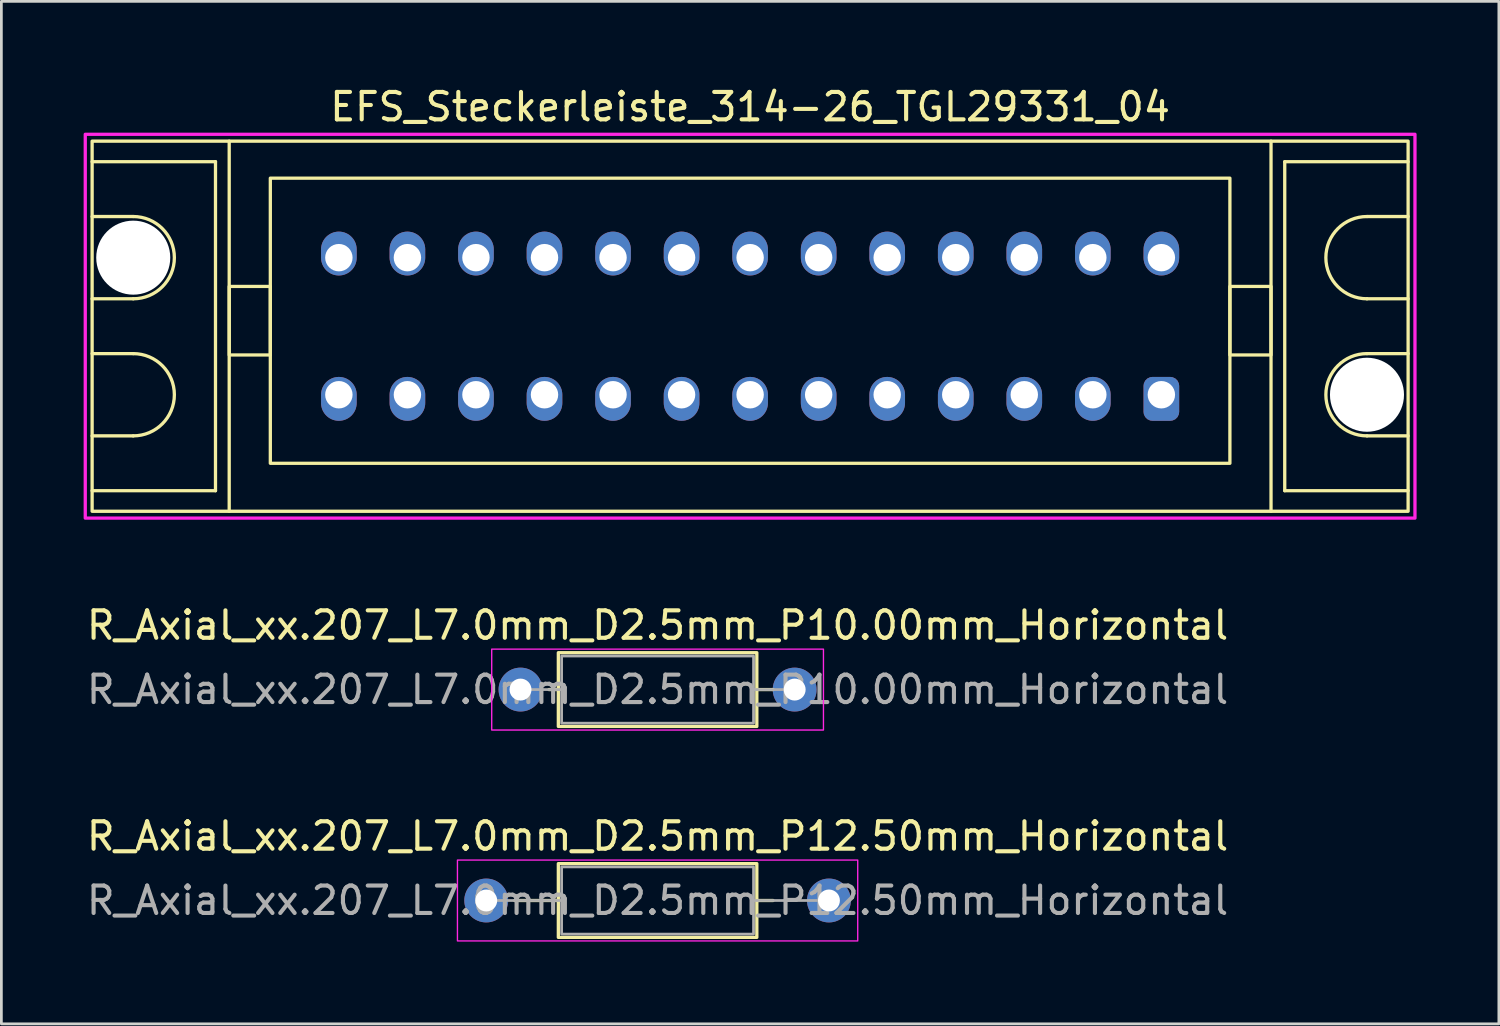
<source format=kicad_pcb>
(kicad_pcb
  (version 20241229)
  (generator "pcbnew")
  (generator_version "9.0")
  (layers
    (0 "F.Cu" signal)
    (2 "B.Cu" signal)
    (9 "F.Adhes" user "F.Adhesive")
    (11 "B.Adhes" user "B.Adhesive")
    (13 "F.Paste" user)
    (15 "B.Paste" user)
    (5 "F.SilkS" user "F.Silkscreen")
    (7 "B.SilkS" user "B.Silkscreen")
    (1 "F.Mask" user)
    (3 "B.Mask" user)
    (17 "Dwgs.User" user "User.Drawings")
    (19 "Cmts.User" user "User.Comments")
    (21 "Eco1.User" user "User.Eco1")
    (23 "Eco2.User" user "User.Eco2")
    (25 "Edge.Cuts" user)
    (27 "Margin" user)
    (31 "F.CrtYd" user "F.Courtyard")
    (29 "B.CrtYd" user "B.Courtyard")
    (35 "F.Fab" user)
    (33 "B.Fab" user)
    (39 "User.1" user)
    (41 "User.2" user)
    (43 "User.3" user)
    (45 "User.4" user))
  (footprint "R_Axial_xx.207_L7.0mm_D2.5mm_P10.00mm_Horizontal"
    (layer "F.Cu")
    (at 15.935 22.102)
    (property "Reference" "R_Axial_xx.207_L7.0mm_D2.5mm_P10.00mm_Horizontal" (at 5 -2.345 0) (layer "F.SilkS") (effects (font (size 1 1) (thickness 0.15))))
    (attr through_hole)
    (fp_line (start 1.04 0) (end 1.38 0) (stroke (width 0.12) (type solid)) (layer "F.SilkS"))
    (fp_line (start 9.21 0) (end 8.62 0) (stroke (width 0.12) (type solid)) (layer "F.SilkS"))
    (fp_rect (start 1.38 -1.345) (end 8.62 1.345) (stroke (width 0.12) (type solid)) (fill no) (layer "F.SilkS"))
    (fp_rect (start -1.05 -1.475) (end 11.05 1.475) (stroke (width 0.05) (type solid)) (fill no) (layer "F.CrtYd"))
    (fp_line (start 0 0) (end 1.5 0) (stroke (width 0.1) (type solid)) (layer "F.Fab"))
    (fp_line (start 10 0) (end 8.5 0) (stroke (width 0.1) (type solid)) (layer "F.Fab"))
    (fp_rect (start 1.5 -1.225) (end 8.5 1.225) (stroke (width 0.1) (type solid)) (fill no) (layer "F.Fab"))
    (fp_text user "${REFERENCE}" (at 5 0 0) (layer "F.Fab") (effects (font (size 1 1) (thickness 0.15))))
    (pad "1" thru_hole circle (at 0 0) (size 1.6 1.6) (drill 0.8) (layers "*.Cu" "*.Mask"))
    (pad "2" thru_hole oval (at 10 0) (size 1.6 1.6) (drill 0.8) (layers "*.Cu" "*.Mask")))
  (footprint "EFS_Steckerleiste_314-26_TGL29331_04"
    (layer "F.Cu")
    (at 24.31 8.848)
    (property "Reference" "EFS_Steckerleiste_314-26_TGL29331_04" (at 0 -8 180) (layer "F.SilkS") (effects (font (size 1 1) (thickness 0.15))))
    (attr through_hole)
    (fp_line (start -24 -6) (end -19.5 -6) (stroke (width 0.12) (type solid)) (layer "F.SilkS"))
    (fp_line (start -22.5 -4) (end -24 -4) (stroke (width 0.12) (type solid)) (layer "F.SilkS"))
    (fp_line (start -22.5 -1) (end -24 -1) (stroke (width 0.12) (type solid)) (layer "F.SilkS"))
    (fp_line (start -22.5 1) (end -24 1) (stroke (width 0.12) (type solid)) (layer "F.SilkS"))
    (fp_line (start -22.5 4) (end -24 4) (stroke (width 0.12) (type solid)) (layer "F.SilkS"))
    (fp_line (start -19.5 -6) (end -19.5 6) (stroke (width 0.12) (type solid)) (layer "F.SilkS"))
    (fp_line (start -19.5 6) (end -24 6) (stroke (width 0.12) (type solid)) (layer "F.SilkS"))
    (fp_line (start -19 6.75) (end -19 -6.75) (stroke (width 0.12) (type solid)) (layer "F.SilkS"))
    (fp_line (start 19 6.75) (end 19 -6.75) (stroke (width 0.12) (type solid)) (layer "F.SilkS"))
    (fp_line (start 19.5 -6) (end 19.5 6) (stroke (width 0.12) (type solid)) (layer "F.SilkS"))
    (fp_line (start 19.5 6) (end 24 6) (stroke (width 0.12) (type solid)) (layer "F.SilkS"))
    (fp_line (start 22.5 -4) (end 24 -4) (stroke (width 0.12) (type solid)) (layer "F.SilkS"))
    (fp_line (start 22.5 -1) (end 24 -1) (stroke (width 0.12) (type solid)) (layer "F.SilkS"))
    (fp_line (start 22.5 1) (end 24 1) (stroke (width 0.12) (type solid)) (layer "F.SilkS"))
    (fp_line (start 22.5 4) (end 24 4) (stroke (width 0.12) (type solid)) (layer "F.SilkS"))
    (fp_line (start 24 -6) (end 19.5 -6) (stroke (width 0.12) (type solid)) (layer "F.SilkS"))
    (fp_rect (start -24 -6.75) (end 24 6.75) (stroke (width 0.12) (type solid)) (fill no) (layer "F.SilkS"))
    (fp_rect (start -17.5 -5.4) (end 17.5 5) (stroke (width 0.12) (type solid)) (fill no) (layer "F.SilkS"))
    (fp_rect (start -17.5 -1.45) (end -19 1.05) (stroke (width 0.12) (type solid)) (fill no) (layer "F.SilkS"))
    (fp_rect (start 19 -1.45) (end 17.5 1.05) (stroke (width 0.12) (type solid)) (fill no) (layer "F.SilkS"))
    (fp_arc (start -22.5 -4) (mid -21 -2.5) (end -22.5 -1) (stroke (width 0.12) (type solid)) (layer "F.SilkS"))
    (fp_arc (start -22.5 1) (mid -21 2.5) (end -22.5 4) (stroke (width 0.12) (type solid)) (layer "F.SilkS"))
    (fp_arc (start 22.5 -1) (mid 21 -2.5) (end 22.5 -4) (stroke (width 0.12) (type solid)) (layer "F.SilkS"))
    (fp_arc (start 22.5 4) (mid 21 2.5) (end 22.5 1) (stroke (width 0.12) (type solid)) (layer "F.SilkS"))
    (fp_rect (start -24.25 -7) (end 24.25 7) (stroke (width 0.12) (type solid)) (fill no) (layer "F.CrtYd"))
    (pad "" np_thru_hole circle (at -22.5 -2.5) (size 2.7 2.7) (drill 2.7) (layers "*.Cu" "*.Mask"))
    (pad "" np_thru_hole circle (at 22.5 2.5) (size 2.7 2.7) (drill 2.7) (layers "*.Cu" "*.Mask"))
    (pad "1a" thru_hole roundrect (at 15 2.5 180) (size 1.3 1.6) (drill 1 (offset 0 -0.15)) (layers "*.Cu" "*.Mask") (roundrect_rratio 0.25))
    (pad "1c" thru_hole oval (at 15 -2.5 180) (size 1.3 1.6) (drill 1 (offset 0 0.15)) (layers "*.Cu" "*.Mask"))
    (pad "2a" thru_hole oval (at 12.5 2.5 180) (size 1.3 1.6) (drill 1 (offset 0 -0.15)) (layers "*.Cu" "*.Mask"))
    (pad "2c" thru_hole oval (at 12.5 -2.5 180) (size 1.3 1.6) (drill 1 (offset 0 0.15)) (layers "*.Cu" "*.Mask"))
    (pad "3a" thru_hole oval (at 10 2.5 180) (size 1.3 1.6) (drill 1 (offset 0 -0.15)) (layers "*.Cu" "*.Mask"))
    (pad "3c" thru_hole oval (at 10 -2.5 180) (size 1.3 1.6) (drill 1 (offset 0 0.15)) (layers "*.Cu" "*.Mask"))
    (pad "4a" thru_hole oval (at 7.5 2.5 180) (size 1.3 1.6) (drill 1 (offset 0 -0.15)) (layers "*.Cu" "*.Mask"))
    (pad "4c" thru_hole oval (at 7.5 -2.5 180) (size 1.3 1.6) (drill 1 (offset 0 0.15)) (layers "*.Cu" "*.Mask"))
    (pad "5a" thru_hole oval (at 5 2.5 180) (size 1.3 1.6) (drill 1 (offset 0 -0.15)) (layers "*.Cu" "*.Mask"))
    (pad "5c" thru_hole oval (at 5 -2.5 180) (size 1.3 1.6) (drill 1 (offset 0 0.15)) (layers "*.Cu" "*.Mask"))
    (pad "6a" thru_hole oval (at 2.5 2.5 180) (size 1.3 1.6) (drill 1 (offset 0 -0.15)) (layers "*.Cu" "*.Mask"))
    (pad "6c" thru_hole oval (at 2.5 -2.5 180) (size 1.3 1.6) (drill 1 (offset 0 0.15)) (layers "*.Cu" "*.Mask"))
    (pad "7a" thru_hole oval (at 0 2.5 180) (size 1.3 1.6) (drill 1 (offset 0 -0.15)) (layers "*.Cu" "*.Mask"))
    (pad "7c" thru_hole oval (at 0 -2.5 180) (size 1.3 1.6) (drill 1 (offset 0 0.15)) (layers "*.Cu" "*.Mask"))
    (pad "8a" thru_hole oval (at -2.5 2.5 180) (size 1.3 1.6) (drill 1 (offset 0 -0.15)) (layers "*.Cu" "*.Mask"))
    (pad "8c" thru_hole oval (at -2.5 -2.5 180) (size 1.3 1.6) (drill 1 (offset 0 0.15)) (layers "*.Cu" "*.Mask"))
    (pad "9a" thru_hole oval (at -5 2.5 180) (size 1.3 1.6) (drill 1 (offset 0 -0.15)) (layers "*.Cu" "*.Mask"))
    (pad "9c" thru_hole oval (at -5 -2.5 180) (size 1.3 1.6) (drill 1 (offset 0 0.15)) (layers "*.Cu" "*.Mask"))
    (pad "10a" thru_hole oval (at -7.5 2.5 180) (size 1.3 1.6) (drill 1 (offset 0 -0.15)) (layers "*.Cu" "*.Mask"))
    (pad "10c" thru_hole oval (at -7.5 -2.5 180) (size 1.3 1.6) (drill 1 (offset 0 0.15)) (layers "*.Cu" "*.Mask"))
    (pad "11a" thru_hole oval (at -10 2.5 180) (size 1.3 1.6) (drill 1 (offset 0 -0.15)) (layers "*.Cu" "*.Mask"))
    (pad "11c" thru_hole oval (at -10 -2.5 180) (size 1.3 1.6) (drill 1 (offset 0 0.15)) (layers "*.Cu" "*.Mask"))
    (pad "12a" thru_hole oval (at -12.5 2.5 180) (size 1.3 1.6) (drill 1 (offset 0 -0.15)) (layers "*.Cu" "*.Mask"))
    (pad "12c" thru_hole oval (at -12.5 -2.5 180) (size 1.3 1.6) (drill 1 (offset 0 0.15)) (layers "*.Cu" "*.Mask"))
    (pad "13a" thru_hole oval (at -15 2.5 180) (size 1.3 1.6) (drill 1 (offset 0 -0.15)) (layers "*.Cu" "*.Mask"))
    (pad "13c" thru_hole oval (at -15 -2.5 180) (size 1.3 1.6) (drill 1 (offset 0 0.15)) (layers "*.Cu" "*.Mask")))
  (footprint "R_Axial_xx.207_L7.0mm_D2.5mm_P12.50mm_Horizontal"
    (layer "F.Cu")
    (at 14.685 29.795)
    (property "Reference" "R_Axial_xx.207_L7.0mm_D2.5mm_P12.50mm_Horizontal" (at 6.25 -2.345 0) (layer "F.SilkS") (effects (font (size 1 1) (thickness 0.15))))
    (attr through_hole)
    (fp_line (start 1.04 0) (end 2.63 0) (stroke (width 0.12) (type solid)) (layer "F.SilkS"))
    (fp_line (start 10.46 0) (end 9.87 0) (stroke (width 0.12) (type solid)) (layer "F.SilkS"))
    (fp_rect (start 2.63 -1.345) (end 9.87 1.345) (stroke (width 0.12) (type solid)) (fill no) (layer "F.SilkS"))
    (fp_rect (start -1.05 -1.475) (end 13.55 1.475) (stroke (width 0.05) (type solid)) (fill no) (layer "F.CrtYd"))
    (fp_line (start 0 0) (end 2.75 0) (stroke (width 0.1) (type solid)) (layer "F.Fab"))
    (fp_line (start 12.5 0) (end 9.75 0) (stroke (width 0.1) (type solid)) (layer "F.Fab"))
    (fp_rect (start 2.75 -1.225) (end 9.75 1.225) (stroke (width 0.1) (type solid)) (fill no) (layer "F.Fab"))
    (fp_text user "${REFERENCE}" (at 6.25 0 0) (layer "F.Fab") (effects (font (size 1 1) (thickness 0.15))))
    (pad "1" thru_hole circle (at 0 0) (size 1.6 1.6) (drill 0.8) (layers "*.Cu" "*.Mask"))
    (pad "2" thru_hole oval (at 12.5 0) (size 1.6 1.6) (drill 0.8) (layers "*.Cu" "*.Mask")))
  (gr_rect
    (start -3 -3)
    (end 51.62 34.295)
    (stroke (width 0.1) (type default))
    (fill no)
    (layer "Edge.Cuts")))
</source>
